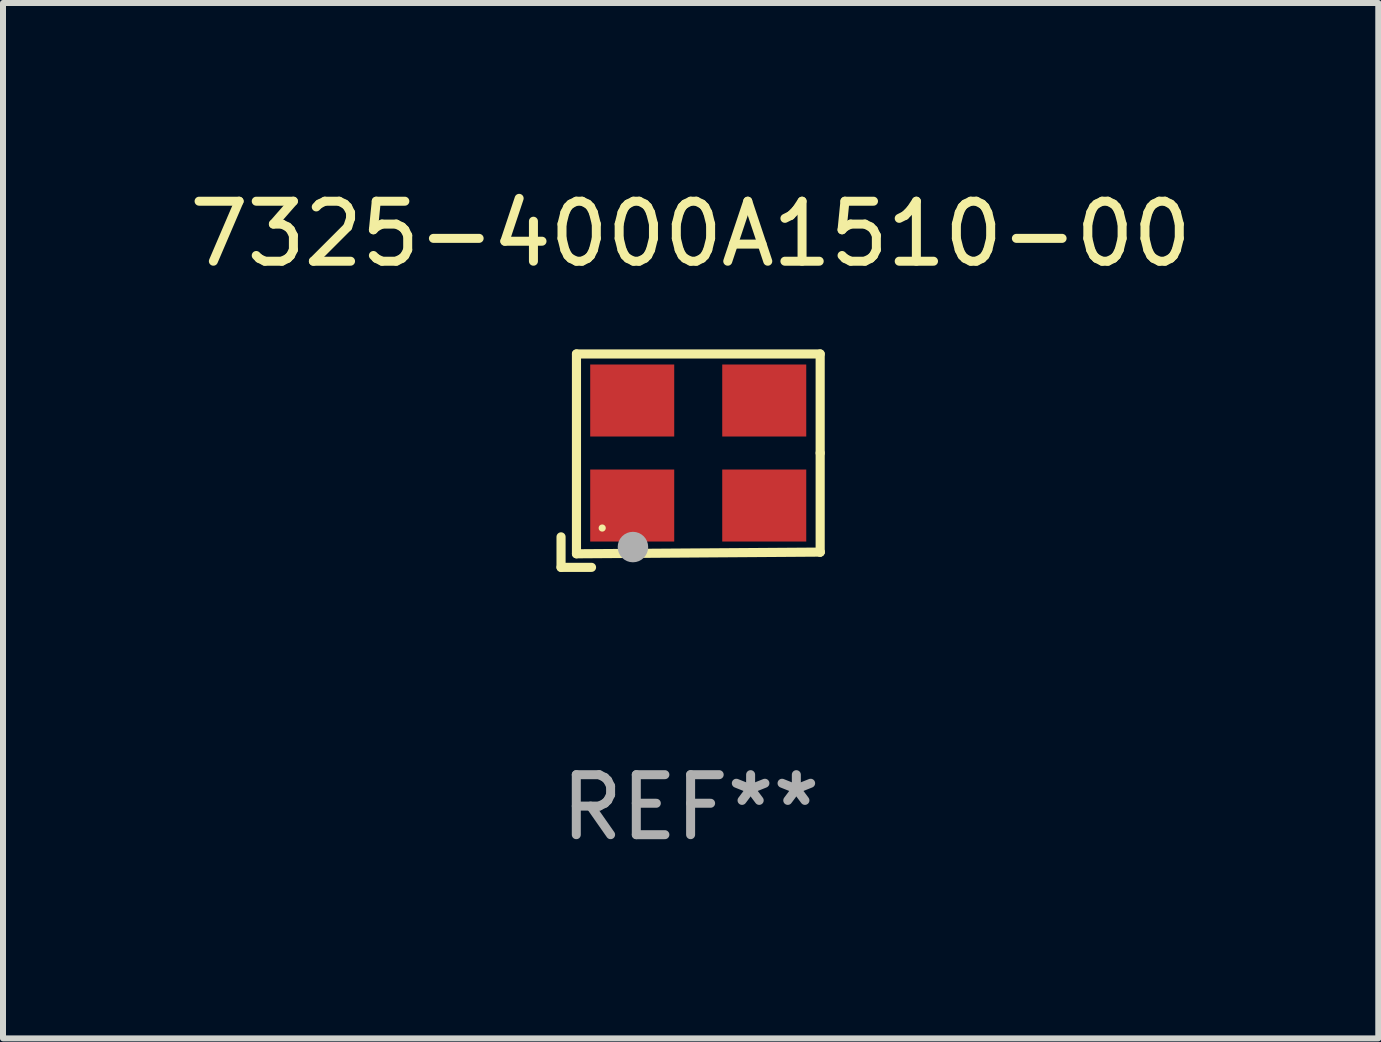
<source format=kicad_pcb>
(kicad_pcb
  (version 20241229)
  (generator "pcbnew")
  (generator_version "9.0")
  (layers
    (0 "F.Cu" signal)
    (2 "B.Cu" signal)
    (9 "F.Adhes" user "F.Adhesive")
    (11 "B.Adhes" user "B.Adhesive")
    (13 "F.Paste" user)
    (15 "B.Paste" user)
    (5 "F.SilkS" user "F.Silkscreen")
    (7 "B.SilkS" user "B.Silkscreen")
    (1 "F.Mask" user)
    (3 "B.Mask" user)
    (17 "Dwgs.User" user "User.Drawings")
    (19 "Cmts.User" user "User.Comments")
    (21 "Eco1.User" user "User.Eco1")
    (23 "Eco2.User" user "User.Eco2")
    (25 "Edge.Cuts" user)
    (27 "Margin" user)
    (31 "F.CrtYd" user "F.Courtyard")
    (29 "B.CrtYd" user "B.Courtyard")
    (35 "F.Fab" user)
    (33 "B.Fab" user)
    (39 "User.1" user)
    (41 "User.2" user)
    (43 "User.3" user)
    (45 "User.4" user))
  (footprint "7325-4000A1510-00"
    (layer "F.Cu")
    (at 8.458 4.626)
    (property "Reference" "7325-4000A1510-00" (at 0 -3.778 0) (layer "F.SilkS") (effects (font (size 1 1) (thickness 0.15))))
    (attr through_hole)
    (fp_line (start -2.159 1.27) (end -2.159 1.778) (stroke (width 0.152) (type solid)) (layer "F.SilkS"))
    (fp_line (start -2.159 1.778) (end -1.651 1.778) (stroke (width 0.152) (type solid)) (layer "F.SilkS"))
    (fp_line (start -1.902 -1.778) (end 2.159 -1.778) (stroke (width 0.152) (type solid)) (layer "F.SilkS"))
    (fp_line (start -1.902 1.552) (end -1.902 -1.778) (stroke (width 0.152) (type solid)) (layer "F.SilkS"))
    (fp_line (start 2.159 -1.778) (end 2.159 -0.127) (stroke (width 0.152) (type solid)) (layer "F.SilkS"))
    (fp_line (start 2.159 -0.127) (end 2.159 1.524) (stroke (width 0.152) (type solid)) (layer "F.SilkS"))
    (fp_line (start 2.159 1.524) (end -1.902 1.552) (stroke (width 0.152) (type solid)) (layer "F.SilkS"))
    (fp_line (start 2.159 1.524) (end 2.159 1.524) (stroke (width 0.152) (type solid)) (layer "F.SilkS"))
    (fp_circle (center -1.473 1.123) (end -1.443 1.123) (stroke (width 0.06) (type solid)) (fill no) (layer "F.SilkS"))
    (fp_circle (center -0.961 1.44) (end -0.834 1.44) (stroke (width 0.254) (type solid)) (fill no) (layer "F.Fab"))
    (fp_text user "REF**" (at 0 5.778 0) (layer "F.Fab") (effects (font (size 1 1) (thickness 0.15))))
    (pad "1" smd rect (at -0.973 0.748) (size 1.4 1.2) (layers "F.Cu" "F.Mask" "F.Paste"))
    (pad "2" smd rect (at 1.227 0.748) (size 1.4 1.2) (layers "F.Cu" "F.Mask" "F.Paste"))
    (pad "3" smd rect (at 1.227 -1.002) (size 1.4 1.2) (layers "F.Cu" "F.Mask" "F.Paste"))
    (pad "4" smd rect (at -0.973 -1.002) (size 1.4 1.2) (layers "F.Cu" "F.Mask" "F.Paste")))
  (gr_rect
    (start -3 -3)
    (end 19.917 14.253)
    (stroke (width 0.1) (type default))
    (fill no)
    (layer "Edge.Cuts")))
</source>
